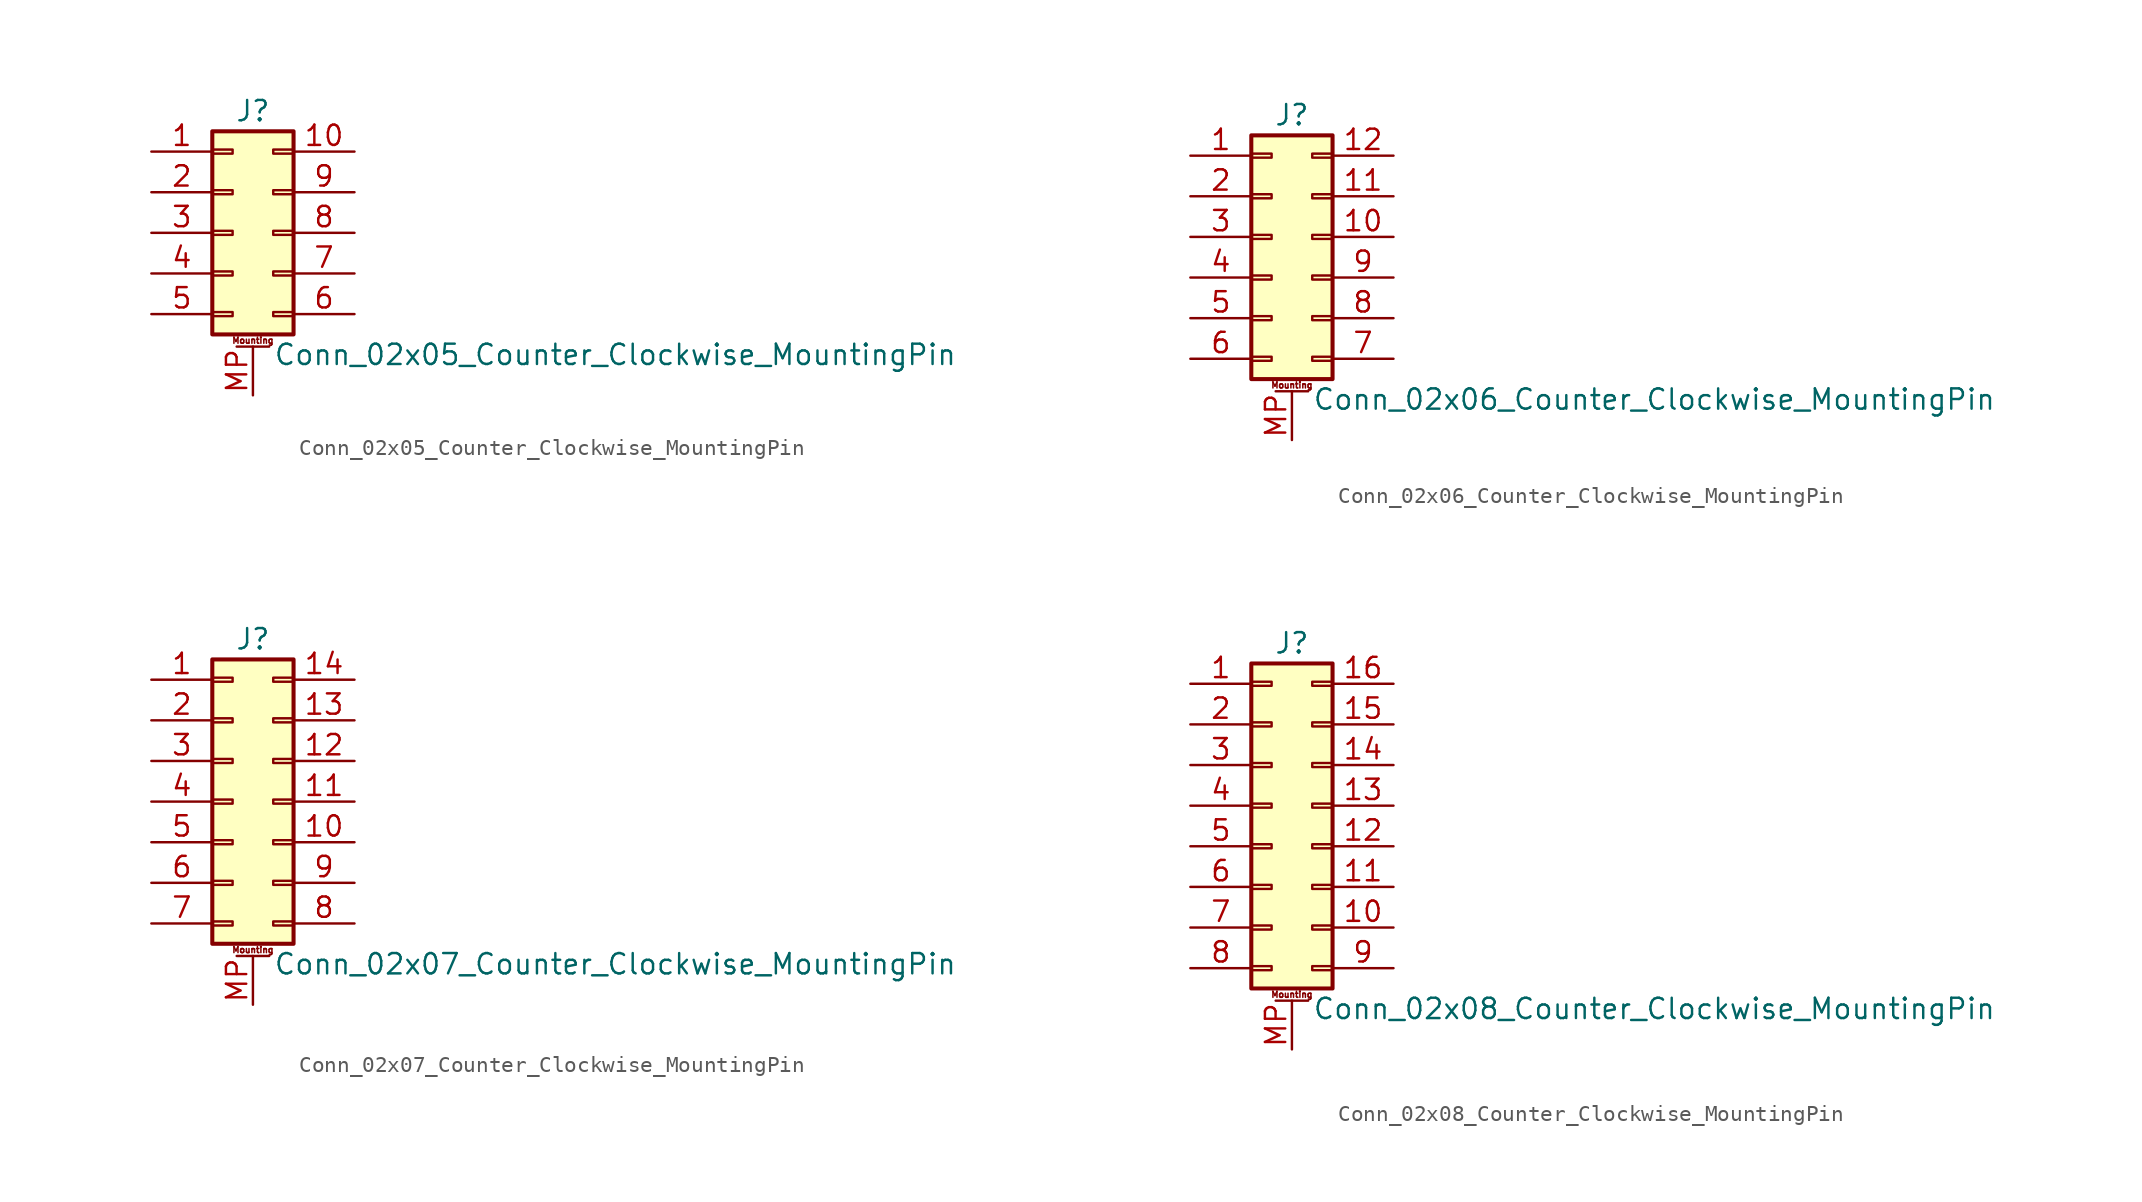
<source format=kicad_sym>
(kicad_symbol_lib
  (version 20201005)
  (generator kicad_symbol_editor)
  (symbol "Conn_02x05_Counter_Clockwise_MountingPin"
    (pin_names
      (offset 1.016) hide)
    (property "Reference" "J"
      (at 1.27 7.62 0)
      (effects (font (size 1.27 1.27))))
    (property "Value" "Conn_02x05_Counter_Clockwise_MountingPin"
      (at 2.54 -7.62 0)
      (effects (font (size 1.27 1.27)) (justify left)))
    (symbol "Conn_02x05_Counter_Clockwise_MountingPin_1_1"
      (text "Mounting" (at 1.27 -6.731 0) (effects (font (size 0.381 0.381))))
      (rectangle (start -1.27 -4.953) (end 0 -5.207) (stroke (width 0.152)) (fill (type none)))
      (rectangle (start -1.27 -2.413) (end 0 -2.667) (stroke (width 0.152)) (fill (type none)))
      (rectangle (start -1.27 0.127) (end 0 -0.127) (stroke (width 0.152)) (fill (type none)))
      (rectangle (start -1.27 2.667) (end 0 2.413) (stroke (width 0.152)) (fill (type none)))
      (rectangle (start -1.27 5.207) (end 0 4.953) (stroke (width 0.152)) (fill (type none)))
      (rectangle (start -1.27 6.35) (end 3.81 -6.35) (stroke (width 0.254)) (fill (type background)))
      (rectangle (start 3.81 -4.953) (end 2.54 -5.207) (stroke (width 0.152)) (fill (type none)))
      (rectangle (start 3.81 -2.413) (end 2.54 -2.667) (stroke (width 0.152)) (fill (type none)))
      (rectangle (start 3.81 0.127) (end 2.54 -0.127) (stroke (width 0.152)) (fill (type none)))
      (rectangle (start 3.81 2.667) (end 2.54 2.413) (stroke (width 0.152)) (fill (type none)))
      (rectangle (start 3.81 5.207) (end 2.54 4.953) (stroke (width 0.152)) (fill (type none)))
      (polyline (pts (xy 0.254 -7.112) (xy 2.286 -7.112)) (stroke (width 0.152)) (fill (type none)))
      (pin passive line (at -5.08 5.08 0) (length 3.81) (name "Pin_1" (effects (font (size 1.27 1.27)))) (number "1" (effects (font (size 1.27 1.27)))))
      (pin passive line (at 7.62 5.08 180) (length 3.81) (name "Pin_10" (effects (font (size 1.27 1.27)))) (number "10" (effects (font (size 1.27 1.27)))))
      (pin passive line (at -5.08 2.54 0) (length 3.81) (name "Pin_2" (effects (font (size 1.27 1.27)))) (number "2" (effects (font (size 1.27 1.27)))))
      (pin passive line (at -5.08 0 0) (length 3.81) (name "Pin_3" (effects (font (size 1.27 1.27)))) (number "3" (effects (font (size 1.27 1.27)))))
      (pin passive line (at -5.08 -2.54 0) (length 3.81) (name "Pin_4" (effects (font (size 1.27 1.27)))) (number "4" (effects (font (size 1.27 1.27)))))
      (pin passive line (at -5.08 -5.08 0) (length 3.81) (name "Pin_5" (effects (font (size 1.27 1.27)))) (number "5" (effects (font (size 1.27 1.27)))))
      (pin passive line (at 7.62 -5.08 180) (length 3.81) (name "Pin_6" (effects (font (size 1.27 1.27)))) (number "6" (effects (font (size 1.27 1.27)))))
      (pin passive line (at 7.62 -2.54 180) (length 3.81) (name "Pin_7" (effects (font (size 1.27 1.27)))) (number "7" (effects (font (size 1.27 1.27)))))
      (pin passive line (at 7.62 0 180) (length 3.81) (name "Pin_8" (effects (font (size 1.27 1.27)))) (number "8" (effects (font (size 1.27 1.27)))))
      (pin passive line (at 7.62 2.54 180) (length 3.81) (name "Pin_9" (effects (font (size 1.27 1.27)))) (number "9" (effects (font (size 1.27 1.27)))))
      (pin passive line (at 1.27 -10.16 90) (length 3.048) (name "MountPin" (effects (font (size 1.27 1.27)))) (number "MP" (effects (font (size 1.27 1.27)))))))
  (symbol "Conn_02x06_Counter_Clockwise_MountingPin"
    (pin_names
      (offset 1.016) hide)
    (property "Reference" "J"
      (at 1.27 7.62 0)
      (effects (font (size 1.27 1.27))))
    (property "Value" "Conn_02x06_Counter_Clockwise_MountingPin"
      (at 2.54 -10.16 0)
      (effects (font (size 1.27 1.27)) (justify left)))
    (symbol "Conn_02x06_Counter_Clockwise_MountingPin_1_1"
      (text "Mounting" (at 1.27 -9.271 0) (effects (font (size 0.381 0.381))))
      (rectangle (start -1.27 -7.493) (end 0 -7.747) (stroke (width 0.152)) (fill (type none)))
      (rectangle (start -1.27 -4.953) (end 0 -5.207) (stroke (width 0.152)) (fill (type none)))
      (rectangle (start -1.27 -2.413) (end 0 -2.667) (stroke (width 0.152)) (fill (type none)))
      (rectangle (start -1.27 0.127) (end 0 -0.127) (stroke (width 0.152)) (fill (type none)))
      (rectangle (start -1.27 2.667) (end 0 2.413) (stroke (width 0.152)) (fill (type none)))
      (rectangle (start -1.27 5.207) (end 0 4.953) (stroke (width 0.152)) (fill (type none)))
      (rectangle (start -1.27 6.35) (end 3.81 -8.89) (stroke (width 0.254)) (fill (type background)))
      (rectangle (start 3.81 -7.493) (end 2.54 -7.747) (stroke (width 0.152)) (fill (type none)))
      (rectangle (start 3.81 -4.953) (end 2.54 -5.207) (stroke (width 0.152)) (fill (type none)))
      (rectangle (start 3.81 -2.413) (end 2.54 -2.667) (stroke (width 0.152)) (fill (type none)))
      (rectangle (start 3.81 0.127) (end 2.54 -0.127) (stroke (width 0.152)) (fill (type none)))
      (rectangle (start 3.81 2.667) (end 2.54 2.413) (stroke (width 0.152)) (fill (type none)))
      (rectangle (start 3.81 5.207) (end 2.54 4.953) (stroke (width 0.152)) (fill (type none)))
      (polyline (pts (xy 0.254 -9.652) (xy 2.286 -9.652)) (stroke (width 0.152)) (fill (type none)))
      (pin passive line (at -5.08 5.08 0) (length 3.81) (name "Pin_1" (effects (font (size 1.27 1.27)))) (number "1" (effects (font (size 1.27 1.27)))))
      (pin passive line (at 7.62 0 180) (length 3.81) (name "Pin_10" (effects (font (size 1.27 1.27)))) (number "10" (effects (font (size 1.27 1.27)))))
      (pin passive line (at 7.62 2.54 180) (length 3.81) (name "Pin_11" (effects (font (size 1.27 1.27)))) (number "11" (effects (font (size 1.27 1.27)))))
      (pin passive line (at 7.62 5.08 180) (length 3.81) (name "Pin_12" (effects (font (size 1.27 1.27)))) (number "12" (effects (font (size 1.27 1.27)))))
      (pin passive line (at -5.08 2.54 0) (length 3.81) (name "Pin_2" (effects (font (size 1.27 1.27)))) (number "2" (effects (font (size 1.27 1.27)))))
      (pin passive line (at -5.08 0 0) (length 3.81) (name "Pin_3" (effects (font (size 1.27 1.27)))) (number "3" (effects (font (size 1.27 1.27)))))
      (pin passive line (at -5.08 -2.54 0) (length 3.81) (name "Pin_4" (effects (font (size 1.27 1.27)))) (number "4" (effects (font (size 1.27 1.27)))))
      (pin passive line (at -5.08 -5.08 0) (length 3.81) (name "Pin_5" (effects (font (size 1.27 1.27)))) (number "5" (effects (font (size 1.27 1.27)))))
      (pin passive line (at -5.08 -7.62 0) (length 3.81) (name "Pin_6" (effects (font (size 1.27 1.27)))) (number "6" (effects (font (size 1.27 1.27)))))
      (pin passive line (at 7.62 -7.62 180) (length 3.81) (name "Pin_7" (effects (font (size 1.27 1.27)))) (number "7" (effects (font (size 1.27 1.27)))))
      (pin passive line (at 7.62 -5.08 180) (length 3.81) (name "Pin_8" (effects (font (size 1.27 1.27)))) (number "8" (effects (font (size 1.27 1.27)))))
      (pin passive line (at 7.62 -2.54 180) (length 3.81) (name "Pin_9" (effects (font (size 1.27 1.27)))) (number "9" (effects (font (size 1.27 1.27)))))
      (pin passive line (at 1.27 -12.7 90) (length 3.048) (name "MountPin" (effects (font (size 1.27 1.27)))) (number "MP" (effects (font (size 1.27 1.27)))))))
  (symbol "Conn_02x07_Counter_Clockwise_MountingPin"
    (pin_names
      (offset 1.016) hide)
    (property "Reference" "J"
      (at 1.27 10.16 0)
      (effects (font (size 1.27 1.27))))
    (property "Value" "Conn_02x07_Counter_Clockwise_MountingPin"
      (at 2.54 -10.16 0)
      (effects (font (size 1.27 1.27)) (justify left)))
    (symbol "Conn_02x07_Counter_Clockwise_MountingPin_1_1"
      (text "Mounting" (at 1.27 -9.271 0) (effects (font (size 0.381 0.381))))
      (rectangle (start -1.27 -7.493) (end 0 -7.747) (stroke (width 0.152)) (fill (type none)))
      (rectangle (start -1.27 -4.953) (end 0 -5.207) (stroke (width 0.152)) (fill (type none)))
      (rectangle (start -1.27 -2.413) (end 0 -2.667) (stroke (width 0.152)) (fill (type none)))
      (rectangle (start -1.27 0.127) (end 0 -0.127) (stroke (width 0.152)) (fill (type none)))
      (rectangle (start -1.27 2.667) (end 0 2.413) (stroke (width 0.152)) (fill (type none)))
      (rectangle (start -1.27 5.207) (end 0 4.953) (stroke (width 0.152)) (fill (type none)))
      (rectangle (start -1.27 7.747) (end 0 7.493) (stroke (width 0.152)) (fill (type none)))
      (rectangle (start -1.27 8.89) (end 3.81 -8.89) (stroke (width 0.254)) (fill (type background)))
      (rectangle (start 3.81 -7.493) (end 2.54 -7.747) (stroke (width 0.152)) (fill (type none)))
      (rectangle (start 3.81 -4.953) (end 2.54 -5.207) (stroke (width 0.152)) (fill (type none)))
      (rectangle (start 3.81 -2.413) (end 2.54 -2.667) (stroke (width 0.152)) (fill (type none)))
      (rectangle (start 3.81 0.127) (end 2.54 -0.127) (stroke (width 0.152)) (fill (type none)))
      (rectangle (start 3.81 2.667) (end 2.54 2.413) (stroke (width 0.152)) (fill (type none)))
      (rectangle (start 3.81 5.207) (end 2.54 4.953) (stroke (width 0.152)) (fill (type none)))
      (rectangle (start 3.81 7.747) (end 2.54 7.493) (stroke (width 0.152)) (fill (type none)))
      (polyline (pts (xy 0.254 -9.652) (xy 2.286 -9.652)) (stroke (width 0.152)) (fill (type none)))
      (pin passive line (at -5.08 7.62 0) (length 3.81) (name "Pin_1" (effects (font (size 1.27 1.27)))) (number "1" (effects (font (size 1.27 1.27)))))
      (pin passive line (at 7.62 -2.54 180) (length 3.81) (name "Pin_10" (effects (font (size 1.27 1.27)))) (number "10" (effects (font (size 1.27 1.27)))))
      (pin passive line (at 7.62 0 180) (length 3.81) (name "Pin_11" (effects (font (size 1.27 1.27)))) (number "11" (effects (font (size 1.27 1.27)))))
      (pin passive line (at 7.62 2.54 180) (length 3.81) (name "Pin_12" (effects (font (size 1.27 1.27)))) (number "12" (effects (font (size 1.27 1.27)))))
      (pin passive line (at 7.62 5.08 180) (length 3.81) (name "Pin_13" (effects (font (size 1.27 1.27)))) (number "13" (effects (font (size 1.27 1.27)))))
      (pin passive line (at 7.62 7.62 180) (length 3.81) (name "Pin_14" (effects (font (size 1.27 1.27)))) (number "14" (effects (font (size 1.27 1.27)))))
      (pin passive line (at -5.08 5.08 0) (length 3.81) (name "Pin_2" (effects (font (size 1.27 1.27)))) (number "2" (effects (font (size 1.27 1.27)))))
      (pin passive line (at -5.08 2.54 0) (length 3.81) (name "Pin_3" (effects (font (size 1.27 1.27)))) (number "3" (effects (font (size 1.27 1.27)))))
      (pin passive line (at -5.08 0 0) (length 3.81) (name "Pin_4" (effects (font (size 1.27 1.27)))) (number "4" (effects (font (size 1.27 1.27)))))
      (pin passive line (at -5.08 -2.54 0) (length 3.81) (name "Pin_5" (effects (font (size 1.27 1.27)))) (number "5" (effects (font (size 1.27 1.27)))))
      (pin passive line (at -5.08 -5.08 0) (length 3.81) (name "Pin_6" (effects (font (size 1.27 1.27)))) (number "6" (effects (font (size 1.27 1.27)))))
      (pin passive line (at -5.08 -7.62 0) (length 3.81) (name "Pin_7" (effects (font (size 1.27 1.27)))) (number "7" (effects (font (size 1.27 1.27)))))
      (pin passive line (at 7.62 -7.62 180) (length 3.81) (name "Pin_8" (effects (font (size 1.27 1.27)))) (number "8" (effects (font (size 1.27 1.27)))))
      (pin passive line (at 7.62 -5.08 180) (length 3.81) (name "Pin_9" (effects (font (size 1.27 1.27)))) (number "9" (effects (font (size 1.27 1.27)))))
      (pin passive line (at 1.27 -12.7 90) (length 3.048) (name "MountPin" (effects (font (size 1.27 1.27)))) (number "MP" (effects (font (size 1.27 1.27)))))))
  (symbol "Conn_02x08_Counter_Clockwise_MountingPin"
    (pin_names
      (offset 1.016) hide)
    (property "Reference" "J"
      (at 1.27 10.16 0)
      (effects (font (size 1.27 1.27))))
    (property "Value" "Conn_02x08_Counter_Clockwise_MountingPin"
      (at 2.54 -12.7 0)
      (effects (font (size 1.27 1.27)) (justify left)))
    (symbol "Conn_02x08_Counter_Clockwise_MountingPin_1_1"
      (text "Mounting" (at 1.27 -11.811 0) (effects (font (size 0.381 0.381))))
      (rectangle (start -1.27 -10.033) (end 0 -10.287) (stroke (width 0.152)) (fill (type none)))
      (rectangle (start -1.27 -7.493) (end 0 -7.747) (stroke (width 0.152)) (fill (type none)))
      (rectangle (start -1.27 -4.953) (end 0 -5.207) (stroke (width 0.152)) (fill (type none)))
      (rectangle (start -1.27 -2.413) (end 0 -2.667) (stroke (width 0.152)) (fill (type none)))
      (rectangle (start -1.27 0.127) (end 0 -0.127) (stroke (width 0.152)) (fill (type none)))
      (rectangle (start -1.27 2.667) (end 0 2.413) (stroke (width 0.152)) (fill (type none)))
      (rectangle (start -1.27 5.207) (end 0 4.953) (stroke (width 0.152)) (fill (type none)))
      (rectangle (start -1.27 7.747) (end 0 7.493) (stroke (width 0.152)) (fill (type none)))
      (rectangle (start -1.27 8.89) (end 3.81 -11.43) (stroke (width 0.254)) (fill (type background)))
      (rectangle (start 3.81 -10.033) (end 2.54 -10.287) (stroke (width 0.152)) (fill (type none)))
      (rectangle (start 3.81 -7.493) (end 2.54 -7.747) (stroke (width 0.152)) (fill (type none)))
      (rectangle (start 3.81 -4.953) (end 2.54 -5.207) (stroke (width 0.152)) (fill (type none)))
      (rectangle (start 3.81 -2.413) (end 2.54 -2.667) (stroke (width 0.152)) (fill (type none)))
      (rectangle (start 3.81 0.127) (end 2.54 -0.127) (stroke (width 0.152)) (fill (type none)))
      (rectangle (start 3.81 2.667) (end 2.54 2.413) (stroke (width 0.152)) (fill (type none)))
      (rectangle (start 3.81 5.207) (end 2.54 4.953) (stroke (width 0.152)) (fill (type none)))
      (rectangle (start 3.81 7.747) (end 2.54 7.493) (stroke (width 0.152)) (fill (type none)))
      (polyline (pts (xy 0.254 -12.192) (xy 2.286 -12.192)) (stroke (width 0.152)) (fill (type none)))
      (pin passive line (at -5.08 7.62 0) (length 3.81) (name "Pin_1" (effects (font (size 1.27 1.27)))) (number "1" (effects (font (size 1.27 1.27)))))
      (pin passive line (at 7.62 -7.62 180) (length 3.81) (name "Pin_10" (effects (font (size 1.27 1.27)))) (number "10" (effects (font (size 1.27 1.27)))))
      (pin passive line (at 7.62 -5.08 180) (length 3.81) (name "Pin_11" (effects (font (size 1.27 1.27)))) (number "11" (effects (font (size 1.27 1.27)))))
      (pin passive line (at 7.62 -2.54 180) (length 3.81) (name "Pin_12" (effects (font (size 1.27 1.27)))) (number "12" (effects (font (size 1.27 1.27)))))
      (pin passive line (at 7.62 0 180) (length 3.81) (name "Pin_13" (effects (font (size 1.27 1.27)))) (number "13" (effects (font (size 1.27 1.27)))))
      (pin passive line (at 7.62 2.54 180) (length 3.81) (name "Pin_14" (effects (font (size 1.27 1.27)))) (number "14" (effects (font (size 1.27 1.27)))))
      (pin passive line (at 7.62 5.08 180) (length 3.81) (name "Pin_15" (effects (font (size 1.27 1.27)))) (number "15" (effects (font (size 1.27 1.27)))))
      (pin passive line (at 7.62 7.62 180) (length 3.81) (name "Pin_16" (effects (font (size 1.27 1.27)))) (number "16" (effects (font (size 1.27 1.27)))))
      (pin passive line (at -5.08 5.08 0) (length 3.81) (name "Pin_2" (effects (font (size 1.27 1.27)))) (number "2" (effects (font (size 1.27 1.27)))))
      (pin passive line (at -5.08 2.54 0) (length 3.81) (name "Pin_3" (effects (font (size 1.27 1.27)))) (number "3" (effects (font (size 1.27 1.27)))))
      (pin passive line (at -5.08 0 0) (length 3.81) (name "Pin_4" (effects (font (size 1.27 1.27)))) (number "4" (effects (font (size 1.27 1.27)))))
      (pin passive line (at -5.08 -2.54 0) (length 3.81) (name "Pin_5" (effects (font (size 1.27 1.27)))) (number "5" (effects (font (size 1.27 1.27)))))
      (pin passive line (at -5.08 -5.08 0) (length 3.81) (name "Pin_6" (effects (font (size 1.27 1.27)))) (number "6" (effects (font (size 1.27 1.27)))))
      (pin passive line (at -5.08 -7.62 0) (length 3.81) (name "Pin_7" (effects (font (size 1.27 1.27)))) (number "7" (effects (font (size 1.27 1.27)))))
      (pin passive line (at -5.08 -10.16 0) (length 3.81) (name "Pin_8" (effects (font (size 1.27 1.27)))) (number "8" (effects (font (size 1.27 1.27)))))
      (pin passive line (at 7.62 -10.16 180) (length 3.81) (name "Pin_9" (effects (font (size 1.27 1.27)))) (number "9" (effects (font (size 1.27 1.27)))))
      (pin passive line (at 1.27 -15.24 90) (length 3.048) (name "MountPin" (effects (font (size 1.27 1.27)))) (number "MP" (effects (font (size 1.27 1.27))))))))
</source>
